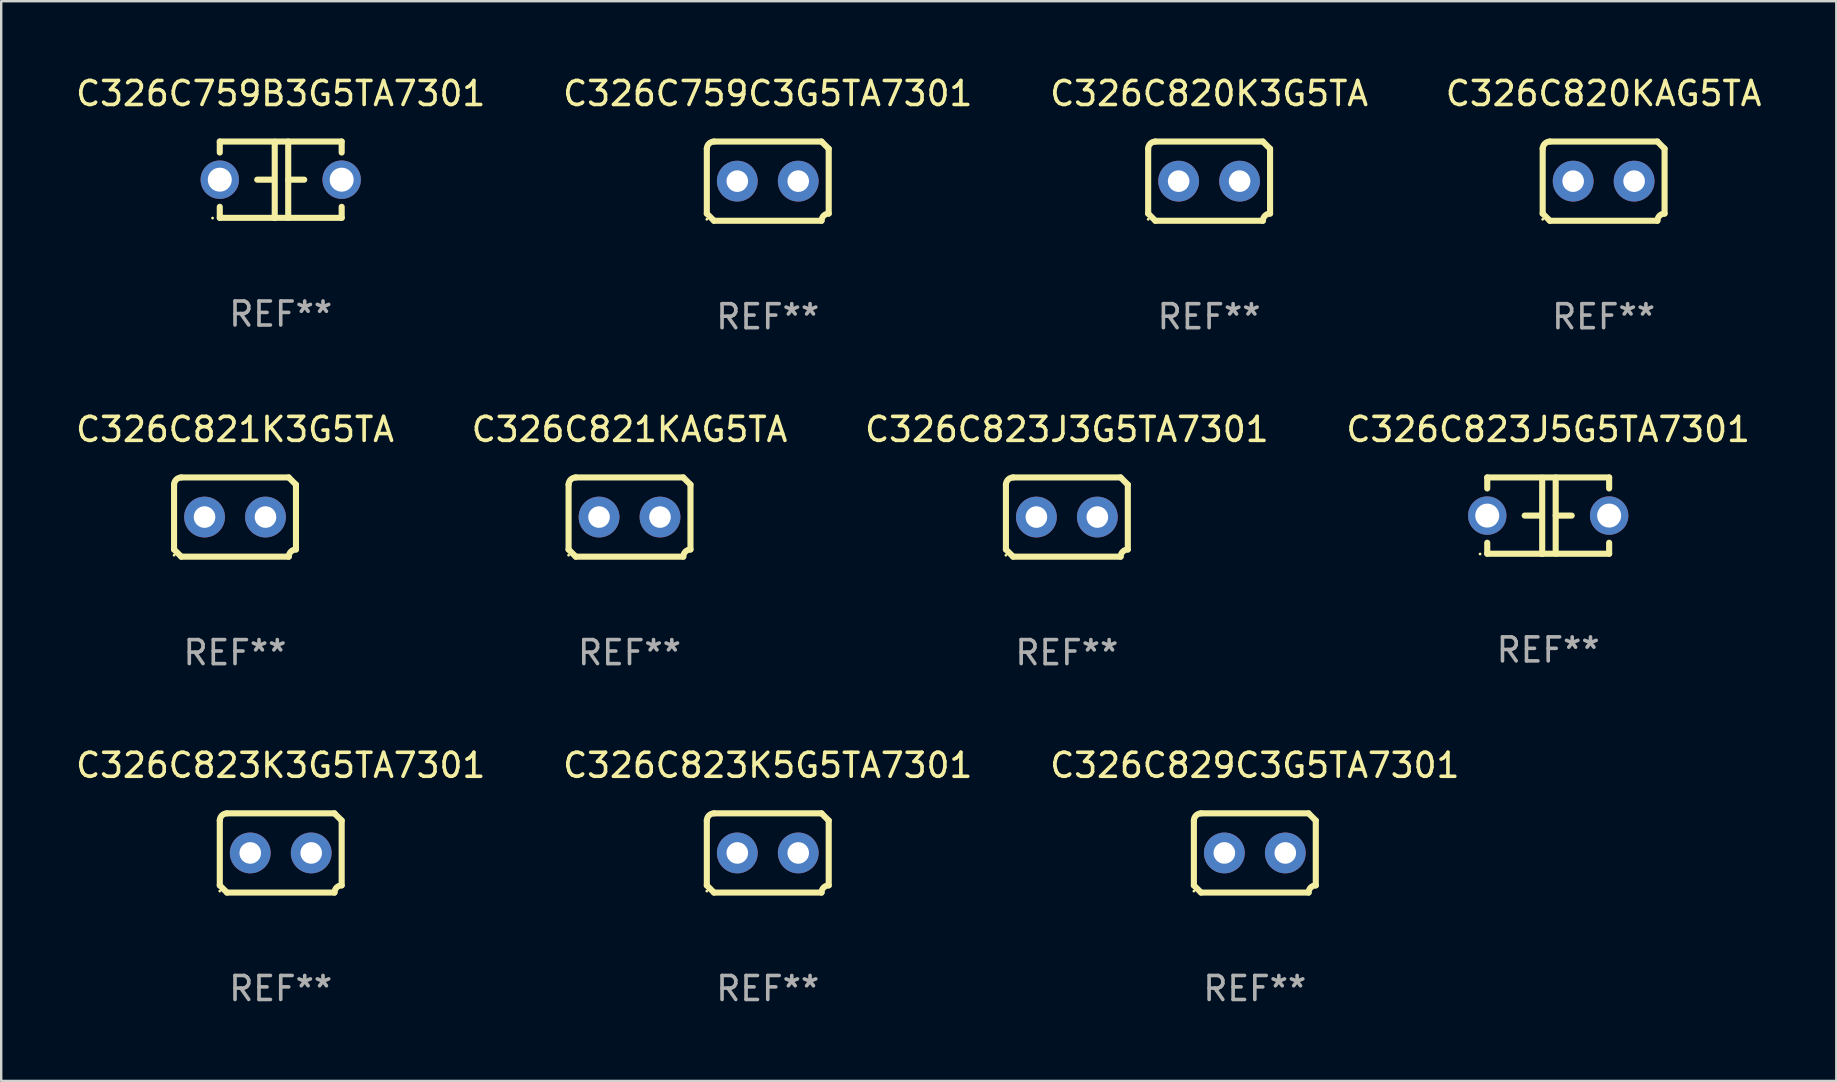
<source format=kicad_pcb>
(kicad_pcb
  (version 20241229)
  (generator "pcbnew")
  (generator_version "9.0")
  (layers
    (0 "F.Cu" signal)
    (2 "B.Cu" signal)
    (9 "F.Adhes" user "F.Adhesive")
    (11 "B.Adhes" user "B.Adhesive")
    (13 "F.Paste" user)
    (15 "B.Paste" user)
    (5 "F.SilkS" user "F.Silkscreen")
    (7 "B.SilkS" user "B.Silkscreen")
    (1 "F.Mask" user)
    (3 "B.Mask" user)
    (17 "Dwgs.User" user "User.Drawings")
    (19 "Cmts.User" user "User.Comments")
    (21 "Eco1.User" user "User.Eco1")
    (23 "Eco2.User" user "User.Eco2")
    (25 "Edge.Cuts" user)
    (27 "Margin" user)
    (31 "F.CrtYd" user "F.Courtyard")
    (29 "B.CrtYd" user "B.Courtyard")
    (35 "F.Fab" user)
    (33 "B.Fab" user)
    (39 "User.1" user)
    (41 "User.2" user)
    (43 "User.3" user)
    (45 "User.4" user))
  (footprint "C326C759C3G5TA7301"
    (layer "F.Cu")
    (at 28.946 4.499)
    (property "Reference" "C326C759C3G5TA7301" (at 0 -3.651 0) (layer "F.SilkS") (effects (font (size 1 1) (thickness 0.15))))
    (attr through_hole)
    (fp_line (start -2.54 -1.351) (end -2.54 1.351) (stroke (width 0.254) (type solid)) (layer "F.SilkS"))
    (fp_line (start -2.24 -1.651) (end 2.24 -1.651) (stroke (width 0.254) (type solid)) (layer "F.SilkS"))
    (fp_line (start 2.24 1.651) (end -2.24 1.651) (stroke (width 0.254) (type solid)) (layer "F.SilkS"))
    (fp_line (start 2.54 1.351) (end 2.54 -1.351) (stroke (width 0.254) (type solid)) (layer "F.SilkS"))
    (fp_arc (start -2.540005 -1.351283) (mid -2.450115 -1.561309) (end -2.240005 -1.651003) (stroke (width 0.254001) (type solid)) (layer "F.SilkS"))
    (fp_arc (start -2.240287 1.651001) (mid -2.390163 1.501019) (end -2.540005 1.351003) (stroke (width 0.254001) (type solid)) (layer "F.SilkS"))
    (fp_arc (start 2.240005 1.651003) (mid 2.329934 1.441015) (end 2.540005 1.351282) (stroke (width 0.254001) (type solid)) (layer "F.SilkS"))
    (fp_arc (start 2.540005 -1.351003) (mid 2.389393 -1.500252) (end 2.240284 -1.651003) (stroke (width 0.254001) (type solid)) (layer "F.SilkS"))
    (fp_circle (center -2.54 1.59) (end -2.51 1.59) (stroke (width 0.06) (type solid)) (fill no) (layer "F.SilkS"))
    (fp_text user "REF**" (at 0 5.651 0) (layer "F.Fab") (effects (font (size 1 1) (thickness 0.15))))
    (pad "1" thru_hole circle (at -1.27 0) (size 1.7 1.7) (drill 0.9) (layers "*.Cu" "*.Mask"))
    (pad "2" thru_hole circle (at 1.27 0) (size 1.7 1.7) (drill 0.9) (layers "*.Cu" "*.Mask")))
  (footprint "C326C821KAG5TA"
    (layer "F.Cu")
    (at 23.185 18.498)
    (property "Reference" "C326C821KAG5TA" (at 0 -3.651 0) (layer "F.SilkS") (effects (font (size 1 1) (thickness 0.15))))
    (attr through_hole)
    (fp_line (start -2.54 -1.351) (end -2.54 1.351) (stroke (width 0.254) (type solid)) (layer "F.SilkS"))
    (fp_line (start -2.24 -1.651) (end 2.24 -1.651) (stroke (width 0.254) (type solid)) (layer "F.SilkS"))
    (fp_line (start 2.24 1.651) (end -2.24 1.651) (stroke (width 0.254) (type solid)) (layer "F.SilkS"))
    (fp_line (start 2.54 1.351) (end 2.54 -1.351) (stroke (width 0.254) (type solid)) (layer "F.SilkS"))
    (fp_arc (start -2.540005 -1.351283) (mid -2.450115 -1.561309) (end -2.240005 -1.651003) (stroke (width 0.254001) (type solid)) (layer "F.SilkS"))
    (fp_arc (start -2.240287 1.651001) (mid -2.390163 1.501019) (end -2.540005 1.351003) (stroke (width 0.254001) (type solid)) (layer "F.SilkS"))
    (fp_arc (start 2.240005 1.651003) (mid 2.329934 1.441015) (end 2.540005 1.351282) (stroke (width 0.254001) (type solid)) (layer "F.SilkS"))
    (fp_arc (start 2.540005 -1.351003) (mid 2.389393 -1.500252) (end 2.240284 -1.651003) (stroke (width 0.254001) (type solid)) (layer "F.SilkS"))
    (fp_circle (center -2.54 1.59) (end -2.51 1.59) (stroke (width 0.06) (type solid)) (fill no) (layer "F.SilkS"))
    (fp_text user "REF**" (at 0 5.651 0) (layer "F.Fab") (effects (font (size 1 1) (thickness 0.15))))
    (pad "1" thru_hole circle (at -1.27 0) (size 1.7 1.7) (drill 0.9) (layers "*.Cu" "*.Mask"))
    (pad "2" thru_hole circle (at 1.27 0) (size 1.7 1.7) (drill 0.9) (layers "*.Cu" "*.Mask")))
  (footprint "C326C823J3G5TA7301"
    (layer "F.Cu")
    (at 41.411 18.498)
    (property "Reference" "C326C823J3G5TA7301" (at 0 -3.651 0) (layer "F.SilkS") (effects (font (size 1 1) (thickness 0.15))))
    (attr through_hole)
    (fp_line (start -2.54 -1.351) (end -2.54 1.351) (stroke (width 0.254) (type solid)) (layer "F.SilkS"))
    (fp_line (start -2.24 -1.651) (end 2.24 -1.651) (stroke (width 0.254) (type solid)) (layer "F.SilkS"))
    (fp_line (start 2.24 1.651) (end -2.24 1.651) (stroke (width 0.254) (type solid)) (layer "F.SilkS"))
    (fp_line (start 2.54 1.351) (end 2.54 -1.351) (stroke (width 0.254) (type solid)) (layer "F.SilkS"))
    (fp_arc (start -2.540005 -1.351283) (mid -2.450115 -1.561309) (end -2.240005 -1.651003) (stroke (width 0.254001) (type solid)) (layer "F.SilkS"))
    (fp_arc (start -2.240287 1.651001) (mid -2.390163 1.501019) (end -2.540005 1.351003) (stroke (width 0.254001) (type solid)) (layer "F.SilkS"))
    (fp_arc (start 2.240005 1.651003) (mid 2.329934 1.441015) (end 2.540005 1.351282) (stroke (width 0.254001) (type solid)) (layer "F.SilkS"))
    (fp_arc (start 2.540005 -1.351003) (mid 2.389393 -1.500252) (end 2.240284 -1.651003) (stroke (width 0.254001) (type solid)) (layer "F.SilkS"))
    (fp_circle (center -2.54 1.59) (end -2.51 1.59) (stroke (width 0.06) (type solid)) (fill no) (layer "F.SilkS"))
    (fp_text user "REF**" (at 0 5.651 0) (layer "F.Fab") (effects (font (size 1 1) (thickness 0.15))))
    (pad "1" thru_hole circle (at -1.27 0) (size 1.7 1.7) (drill 0.9) (layers "*.Cu" "*.Mask"))
    (pad "2" thru_hole circle (at 1.27 0) (size 1.7 1.7) (drill 0.9) (layers "*.Cu" "*.Mask")))
  (footprint "C326C823K5G5TA7301"
    (layer "F.Cu")
    (at 28.946 32.496)
    (property "Reference" "C326C823K5G5TA7301" (at 0 -3.651 0) (layer "F.SilkS") (effects (font (size 1 1) (thickness 0.15))))
    (attr through_hole)
    (fp_line (start -2.54 -1.351) (end -2.54 1.351) (stroke (width 0.254) (type solid)) (layer "F.SilkS"))
    (fp_line (start -2.24 -1.651) (end 2.24 -1.651) (stroke (width 0.254) (type solid)) (layer "F.SilkS"))
    (fp_line (start 2.24 1.651) (end -2.24 1.651) (stroke (width 0.254) (type solid)) (layer "F.SilkS"))
    (fp_line (start 2.54 1.351) (end 2.54 -1.351) (stroke (width 0.254) (type solid)) (layer "F.SilkS"))
    (fp_arc (start -2.540005 -1.351283) (mid -2.450115 -1.561309) (end -2.240005 -1.651003) (stroke (width 0.254001) (type solid)) (layer "F.SilkS"))
    (fp_arc (start -2.240287 1.651001) (mid -2.390163 1.501019) (end -2.540005 1.351003) (stroke (width 0.254001) (type solid)) (layer "F.SilkS"))
    (fp_arc (start 2.240005 1.651003) (mid 2.329934 1.441015) (end 2.540005 1.351282) (stroke (width 0.254001) (type solid)) (layer "F.SilkS"))
    (fp_arc (start 2.540005 -1.351003) (mid 2.389393 -1.500252) (end 2.240284 -1.651003) (stroke (width 0.254001) (type solid)) (layer "F.SilkS"))
    (fp_circle (center -2.54 1.59) (end -2.51 1.59) (stroke (width 0.06) (type solid)) (fill no) (layer "F.SilkS"))
    (fp_text user "REF**" (at 0 5.651 0) (layer "F.Fab") (effects (font (size 1 1) (thickness 0.15))))
    (pad "1" thru_hole circle (at -1.27 0) (size 1.7 1.7) (drill 0.9) (layers "*.Cu" "*.Mask"))
    (pad "2" thru_hole circle (at 1.27 0) (size 1.7 1.7) (drill 0.9) (layers "*.Cu" "*.Mask")))
  (footprint "C326C759B3G5TA7301"
    (layer "F.Cu")
    (at 8.649 4.443)
    (property "Reference" "C326C759B3G5TA7301" (at 0 -3.595 0) (layer "F.SilkS") (effects (font (size 1 1) (thickness 0.15))))
    (attr through_hole)
    (fp_line (start -2.54 -1.595) (end -2.54 -1.136) (stroke (width 0.254) (type solid)) (layer "F.SilkS"))
    (fp_line (start -2.54 -1.595) (end 2.54 -1.595) (stroke (width 0.254) (type solid)) (layer "F.SilkS"))
    (fp_line (start -2.54 1.126) (end -2.54 1.585) (stroke (width 0.254) (type solid)) (layer "F.SilkS"))
    (fp_line (start -0.312 -0.005) (end -0.98 -0.005) (stroke (width 0.254) (type solid)) (layer "F.SilkS"))
    (fp_line (start -0.25 -1.585) (end -0.25 1.595) (stroke (width 0.254) (type solid)) (layer "F.SilkS"))
    (fp_line (start 0.312 -1.595) (end 0.312 1.585) (stroke (width 0.254) (type solid)) (layer "F.SilkS"))
    (fp_line (start 0.312 -0.005) (end 0.98 -0.005) (stroke (width 0.254) (type solid)) (layer "F.SilkS"))
    (fp_line (start 2.54 -1.595) (end 2.54 -1.136) (stroke (width 0.254) (type solid)) (layer "F.SilkS"))
    (fp_line (start 2.54 1.126) (end 2.54 1.585) (stroke (width 0.254) (type solid)) (layer "F.SilkS"))
    (fp_line (start 2.54 1.585) (end -2.54 1.585) (stroke (width 0.254) (type solid)) (layer "F.SilkS"))
    (fp_circle (center -2.84 1.595) (end -2.81 1.595) (stroke (width 0.06) (type solid)) (fill no) (layer "F.SilkS"))
    (fp_text user "REF**" (at 0 5.595 0) (layer "F.Fab") (effects (font (size 1 1) (thickness 0.15))))
    (pad "1" thru_hole circle (at -2.54 -0.005) (size 1.6 1.6) (drill 1) (layers "*.Cu" "*.Mask"))
    (pad "2" thru_hole circle (at 2.54 -0.005) (size 1.6 1.6) (drill 1) (layers "*.Cu" "*.Mask")))
  (footprint "C326C823K3G5TA7301"
    (layer "F.Cu")
    (at 8.649 32.496)
    (property "Reference" "C326C823K3G5TA7301" (at 0 -3.651 0) (layer "F.SilkS") (effects (font (size 1 1) (thickness 0.15))))
    (attr through_hole)
    (fp_line (start -2.54 -1.351) (end -2.54 1.351) (stroke (width 0.254) (type solid)) (layer "F.SilkS"))
    (fp_line (start -2.24 -1.651) (end 2.24 -1.651) (stroke (width 0.254) (type solid)) (layer "F.SilkS"))
    (fp_line (start 2.24 1.651) (end -2.24 1.651) (stroke (width 0.254) (type solid)) (layer "F.SilkS"))
    (fp_line (start 2.54 1.351) (end 2.54 -1.351) (stroke (width 0.254) (type solid)) (layer "F.SilkS"))
    (fp_arc (start -2.540005 -1.351283) (mid -2.450115 -1.561309) (end -2.240005 -1.651003) (stroke (width 0.254001) (type solid)) (layer "F.SilkS"))
    (fp_arc (start -2.240287 1.651001) (mid -2.390163 1.501019) (end -2.540005 1.351003) (stroke (width 0.254001) (type solid)) (layer "F.SilkS"))
    (fp_arc (start 2.240005 1.651003) (mid 2.329934 1.441015) (end 2.540005 1.351282) (stroke (width 0.254001) (type solid)) (layer "F.SilkS"))
    (fp_arc (start 2.540005 -1.351003) (mid 2.389393 -1.500252) (end 2.240284 -1.651003) (stroke (width 0.254001) (type solid)) (layer "F.SilkS"))
    (fp_circle (center -2.54 1.59) (end -2.51 1.59) (stroke (width 0.06) (type solid)) (fill no) (layer "F.SilkS"))
    (fp_text user "REF**" (at 0 5.651 0) (layer "F.Fab") (effects (font (size 1 1) (thickness 0.15))))
    (pad "1" thru_hole circle (at -1.27 0) (size 1.7 1.7) (drill 0.9) (layers "*.Cu" "*.Mask"))
    (pad "2" thru_hole circle (at 1.27 0) (size 1.7 1.7) (drill 0.9) (layers "*.Cu" "*.Mask")))
  (footprint "C326C820K3G5TA"
    (layer "F.Cu")
    (at 47.339 4.499)
    (property "Reference" "C326C820K3G5TA" (at 0 -3.651 0) (layer "F.SilkS") (effects (font (size 1 1) (thickness 0.15))))
    (attr through_hole)
    (fp_line (start -2.54 -1.351) (end -2.54 1.351) (stroke (width 0.254) (type solid)) (layer "F.SilkS"))
    (fp_line (start -2.24 -1.651) (end 2.24 -1.651) (stroke (width 0.254) (type solid)) (layer "F.SilkS"))
    (fp_line (start 2.24 1.651) (end -2.24 1.651) (stroke (width 0.254) (type solid)) (layer "F.SilkS"))
    (fp_line (start 2.54 1.351) (end 2.54 -1.351) (stroke (width 0.254) (type solid)) (layer "F.SilkS"))
    (fp_arc (start -2.540005 -1.351283) (mid -2.450115 -1.561309) (end -2.240005 -1.651003) (stroke (width 0.254001) (type solid)) (layer "F.SilkS"))
    (fp_arc (start -2.240287 1.651001) (mid -2.390163 1.501019) (end -2.540005 1.351003) (stroke (width 0.254001) (type solid)) (layer "F.SilkS"))
    (fp_arc (start 2.240005 1.651003) (mid 2.329934 1.441015) (end 2.540005 1.351282) (stroke (width 0.254001) (type solid)) (layer "F.SilkS"))
    (fp_arc (start 2.540005 -1.351003) (mid 2.389393 -1.500252) (end 2.240284 -1.651003) (stroke (width 0.254001) (type solid)) (layer "F.SilkS"))
    (fp_circle (center -2.54 1.59) (end -2.51 1.59) (stroke (width 0.06) (type solid)) (fill no) (layer "F.SilkS"))
    (fp_text user "REF**" (at 0 5.651 0) (layer "F.Fab") (effects (font (size 1 1) (thickness 0.15))))
    (pad "1" thru_hole circle (at -1.27 0) (size 1.7 1.7) (drill 0.9) (layers "*.Cu" "*.Mask"))
    (pad "2" thru_hole circle (at 1.27 0) (size 1.7 1.7) (drill 0.9) (layers "*.Cu" "*.Mask")))
  (footprint "C326C829C3G5TA7301"
    (layer "F.Cu")
    (at 49.244 32.496)
    (property "Reference" "C326C829C3G5TA7301" (at 0 -3.651 0) (layer "F.SilkS") (effects (font (size 1 1) (thickness 0.15))))
    (attr through_hole)
    (fp_line (start -2.54 -1.351) (end -2.54 1.351) (stroke (width 0.254) (type solid)) (layer "F.SilkS"))
    (fp_line (start -2.24 -1.651) (end 2.24 -1.651) (stroke (width 0.254) (type solid)) (layer "F.SilkS"))
    (fp_line (start 2.24 1.651) (end -2.24 1.651) (stroke (width 0.254) (type solid)) (layer "F.SilkS"))
    (fp_line (start 2.54 1.351) (end 2.54 -1.351) (stroke (width 0.254) (type solid)) (layer "F.SilkS"))
    (fp_arc (start -2.540005 -1.351283) (mid -2.450115 -1.561309) (end -2.240005 -1.651003) (stroke (width 0.254001) (type solid)) (layer "F.SilkS"))
    (fp_arc (start -2.240287 1.651001) (mid -2.390163 1.501019) (end -2.540005 1.351003) (stroke (width 0.254001) (type solid)) (layer "F.SilkS"))
    (fp_arc (start 2.240005 1.651003) (mid 2.329934 1.441015) (end 2.540005 1.351282) (stroke (width 0.254001) (type solid)) (layer "F.SilkS"))
    (fp_arc (start 2.540005 -1.351003) (mid 2.389393 -1.500252) (end 2.240284 -1.651003) (stroke (width 0.254001) (type solid)) (layer "F.SilkS"))
    (fp_circle (center -2.54 1.59) (end -2.51 1.59) (stroke (width 0.06) (type solid)) (fill no) (layer "F.SilkS"))
    (fp_text user "REF**" (at 0 5.651 0) (layer "F.Fab") (effects (font (size 1 1) (thickness 0.15))))
    (pad "1" thru_hole circle (at -1.27 0) (size 1.7 1.7) (drill 0.9) (layers "*.Cu" "*.Mask"))
    (pad "2" thru_hole circle (at 1.27 0) (size 1.7 1.7) (drill 0.9) (layers "*.Cu" "*.Mask")))
  (footprint "C326C820KAG5TA"
    (layer "F.Cu")
    (at 63.78 4.499)
    (property "Reference" "C326C820KAG5TA" (at 0 -3.651 0) (layer "F.SilkS") (effects (font (size 1 1) (thickness 0.15))))
    (attr through_hole)
    (fp_line (start -2.54 -1.351) (end -2.54 1.351) (stroke (width 0.254) (type solid)) (layer "F.SilkS"))
    (fp_line (start -2.24 -1.651) (end 2.24 -1.651) (stroke (width 0.254) (type solid)) (layer "F.SilkS"))
    (fp_line (start 2.24 1.651) (end -2.24 1.651) (stroke (width 0.254) (type solid)) (layer "F.SilkS"))
    (fp_line (start 2.54 1.351) (end 2.54 -1.351) (stroke (width 0.254) (type solid)) (layer "F.SilkS"))
    (fp_arc (start -2.540005 -1.351283) (mid -2.450115 -1.561309) (end -2.240005 -1.651003) (stroke (width 0.254001) (type solid)) (layer "F.SilkS"))
    (fp_arc (start -2.240287 1.651001) (mid -2.390163 1.501019) (end -2.540005 1.351003) (stroke (width 0.254001) (type solid)) (layer "F.SilkS"))
    (fp_arc (start 2.240005 1.651003) (mid 2.329934 1.441015) (end 2.540005 1.351282) (stroke (width 0.254001) (type solid)) (layer "F.SilkS"))
    (fp_arc (start 2.540005 -1.351003) (mid 2.389393 -1.500252) (end 2.240284 -1.651003) (stroke (width 0.254001) (type solid)) (layer "F.SilkS"))
    (fp_circle (center -2.54 1.59) (end -2.51 1.59) (stroke (width 0.06) (type solid)) (fill no) (layer "F.SilkS"))
    (fp_text user "REF**" (at 0 5.651 0) (layer "F.Fab") (effects (font (size 1 1) (thickness 0.15))))
    (pad "1" thru_hole circle (at -1.27 0) (size 1.7 1.7) (drill 0.9) (layers "*.Cu" "*.Mask"))
    (pad "2" thru_hole circle (at 1.27 0) (size 1.7 1.7) (drill 0.9) (layers "*.Cu" "*.Mask")))
  (footprint "C326C823J5G5TA7301"
    (layer "F.Cu")
    (at 61.47 18.442)
    (property "Reference" "C326C823J5G5TA7301" (at 0 -3.595 0) (layer "F.SilkS") (effects (font (size 1 1) (thickness 0.15))))
    (attr through_hole)
    (fp_line (start -2.54 -1.595) (end -2.54 -1.136) (stroke (width 0.254) (type solid)) (layer "F.SilkS"))
    (fp_line (start -2.54 -1.595) (end 2.54 -1.595) (stroke (width 0.254) (type solid)) (layer "F.SilkS"))
    (fp_line (start -2.54 1.126) (end -2.54 1.585) (stroke (width 0.254) (type solid)) (layer "F.SilkS"))
    (fp_line (start -0.312 -0.005) (end -0.98 -0.005) (stroke (width 0.254) (type solid)) (layer "F.SilkS"))
    (fp_line (start -0.25 -1.585) (end -0.25 1.595) (stroke (width 0.254) (type solid)) (layer "F.SilkS"))
    (fp_line (start 0.312 -1.595) (end 0.312 1.585) (stroke (width 0.254) (type solid)) (layer "F.SilkS"))
    (fp_line (start 0.312 -0.005) (end 0.98 -0.005) (stroke (width 0.254) (type solid)) (layer "F.SilkS"))
    (fp_line (start 2.54 -1.595) (end 2.54 -1.136) (stroke (width 0.254) (type solid)) (layer "F.SilkS"))
    (fp_line (start 2.54 1.126) (end 2.54 1.585) (stroke (width 0.254) (type solid)) (layer "F.SilkS"))
    (fp_line (start 2.54 1.585) (end -2.54 1.585) (stroke (width 0.254) (type solid)) (layer "F.SilkS"))
    (fp_circle (center -2.84 1.595) (end -2.81 1.595) (stroke (width 0.06) (type solid)) (fill no) (layer "F.SilkS"))
    (fp_text user "REF**" (at 0 5.595 0) (layer "F.Fab") (effects (font (size 1 1) (thickness 0.15))))
    (pad "1" thru_hole circle (at -2.54 -0.005) (size 1.6 1.6) (drill 1) (layers "*.Cu" "*.Mask"))
    (pad "2" thru_hole circle (at 2.54 -0.005) (size 1.6 1.6) (drill 1) (layers "*.Cu" "*.Mask")))
  (footprint "C326C821K3G5TA"
    (layer "F.Cu")
    (at 6.744 18.498)
    (property "Reference" "C326C821K3G5TA" (at 0 -3.651 0) (layer "F.SilkS") (effects (font (size 1 1) (thickness 0.15))))
    (attr through_hole)
    (fp_line (start -2.54 -1.351) (end -2.54 1.351) (stroke (width 0.254) (type solid)) (layer "F.SilkS"))
    (fp_line (start -2.24 -1.651) (end 2.24 -1.651) (stroke (width 0.254) (type solid)) (layer "F.SilkS"))
    (fp_line (start 2.24 1.651) (end -2.24 1.651) (stroke (width 0.254) (type solid)) (layer "F.SilkS"))
    (fp_line (start 2.54 1.351) (end 2.54 -1.351) (stroke (width 0.254) (type solid)) (layer "F.SilkS"))
    (fp_arc (start -2.540005 -1.351283) (mid -2.450115 -1.561309) (end -2.240005 -1.651003) (stroke (width 0.254001) (type solid)) (layer "F.SilkS"))
    (fp_arc (start -2.240287 1.651001) (mid -2.390163 1.501019) (end -2.540005 1.351003) (stroke (width 0.254001) (type solid)) (layer "F.SilkS"))
    (fp_arc (start 2.240005 1.651003) (mid 2.329934 1.441015) (end 2.540005 1.351282) (stroke (width 0.254001) (type solid)) (layer "F.SilkS"))
    (fp_arc (start 2.540005 -1.351003) (mid 2.389393 -1.500252) (end 2.240284 -1.651003) (stroke (width 0.254001) (type solid)) (layer "F.SilkS"))
    (fp_circle (center -2.54 1.59) (end -2.51 1.59) (stroke (width 0.06) (type solid)) (fill no) (layer "F.SilkS"))
    (fp_text user "REF**" (at 0 5.651 0) (layer "F.Fab") (effects (font (size 1 1) (thickness 0.15))))
    (pad "1" thru_hole circle (at -1.27 0) (size 1.7 1.7) (drill 0.9) (layers "*.Cu" "*.Mask"))
    (pad "2" thru_hole circle (at 1.27 0) (size 1.7 1.7) (drill 0.9) (layers "*.Cu" "*.Mask")))
  (gr_rect
    (start -3 -3)
    (end 73.476 41.996)
    (stroke (width 0.1) (type default))
    (fill no)
    (layer "Edge.Cuts")))
</source>
